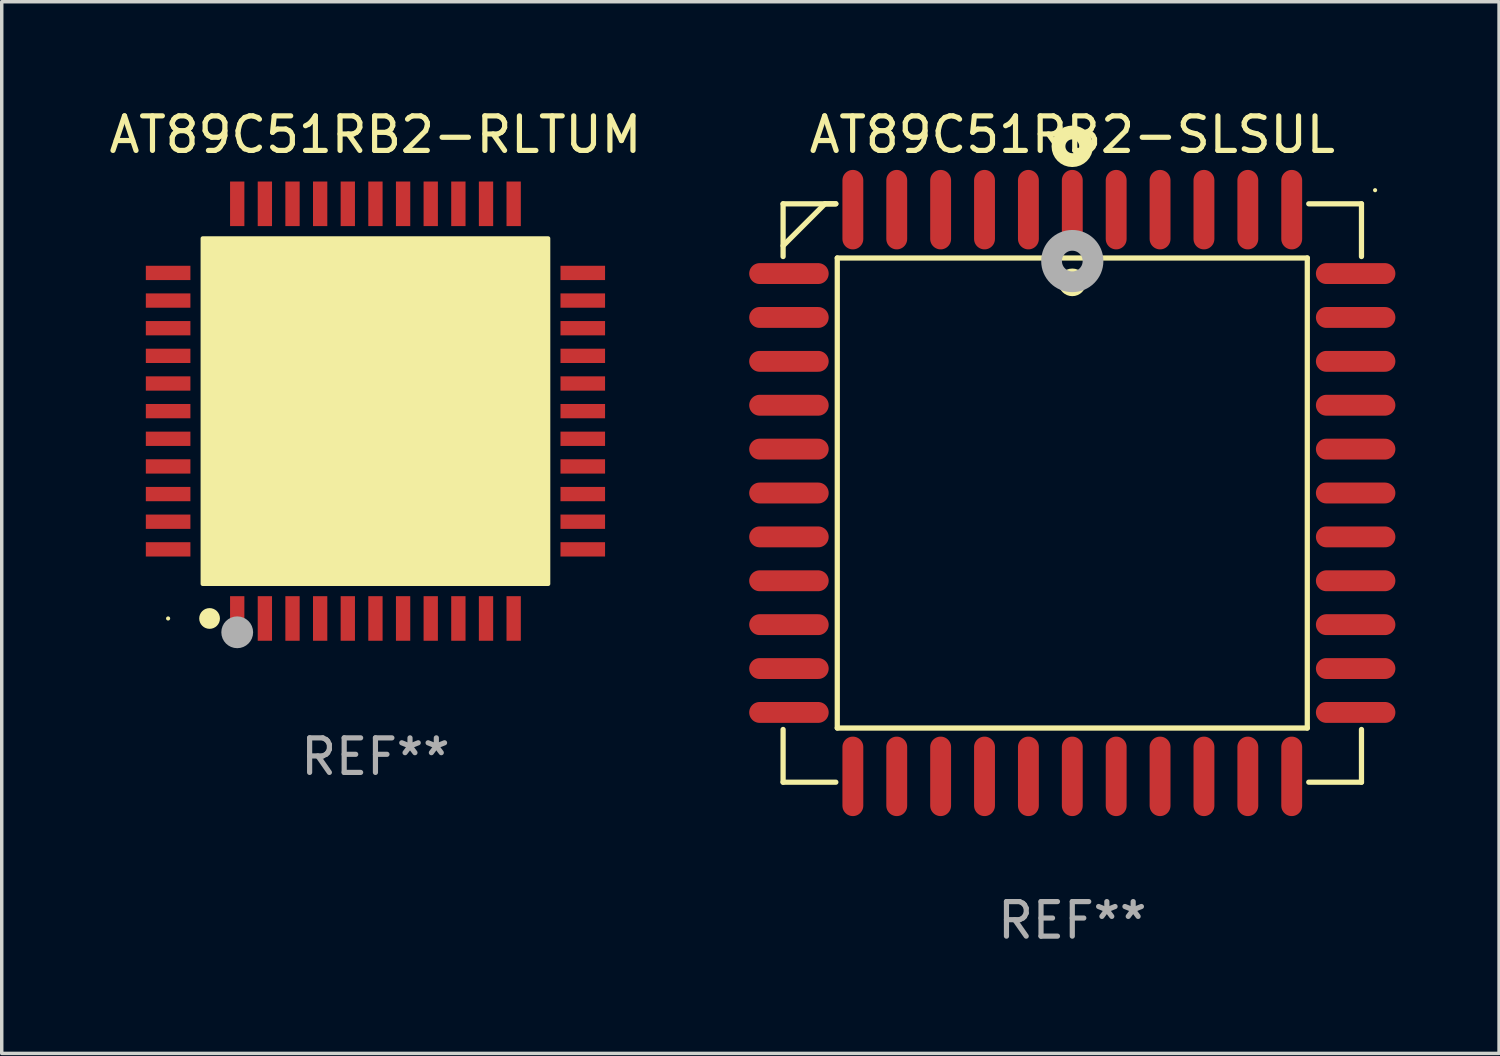
<source format=kicad_pcb>
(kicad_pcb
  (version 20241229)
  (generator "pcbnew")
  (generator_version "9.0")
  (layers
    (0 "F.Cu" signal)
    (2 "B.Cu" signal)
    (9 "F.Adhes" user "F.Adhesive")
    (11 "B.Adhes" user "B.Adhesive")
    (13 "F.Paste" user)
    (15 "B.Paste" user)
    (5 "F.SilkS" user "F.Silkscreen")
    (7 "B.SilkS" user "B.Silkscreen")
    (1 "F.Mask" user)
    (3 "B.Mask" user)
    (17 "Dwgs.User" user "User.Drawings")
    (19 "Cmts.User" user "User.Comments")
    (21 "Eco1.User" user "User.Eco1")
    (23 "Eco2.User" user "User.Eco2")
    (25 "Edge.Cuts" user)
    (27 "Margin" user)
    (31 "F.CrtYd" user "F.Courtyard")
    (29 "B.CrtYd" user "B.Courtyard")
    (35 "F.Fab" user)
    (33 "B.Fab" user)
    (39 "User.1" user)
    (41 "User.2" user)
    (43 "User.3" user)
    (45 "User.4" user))
  (footprint "AT89C51RB2-RLTUM"
    (layer "F.Cu")
    (at 7.815 8.848)
    (property "Reference" "AT89C51RB2-RLTUM" (at 0 -8 0) (layer "F.SilkS") (effects (font (size 1 1) (thickness 0.15))))
    (attr through_hole)
    (fp_circle (center -6 6) (end -5.97 6) (stroke (width 0.06) (type solid)) (fill no) (layer "F.SilkS"))
    (fp_circle (center -4.8 6) (end -4.65 6) (stroke (width 0.3) (type solid)) (fill no) (layer "F.SilkS"))
    (fp_poly (pts (xy -5 -5) (xy 5 -5) (xy 5 5) (xy -5 5)) (stroke (width 0.12) (type solid)) (fill yes) (layer "F.SilkS"))
    (fp_circle (center -4 6.4) (end -3.77 6.4) (stroke (width 0.46) (type solid)) (fill no) (layer "F.Fab"))
    (fp_text user "REF**" (at 0 10 0) (layer "F.Fab") (effects (font (size 1 1) (thickness 0.15))))
    (pad "1" smd rect (at -4 6 90) (size 1.29 0.414) (layers "F.Cu" "F.Mask" "F.Paste"))
    (pad "2" smd rect (at -3.2 6 90) (size 1.29 0.414) (layers "F.Cu" "F.Mask" "F.Paste"))
    (pad "3" smd rect (at -2.4 6 90) (size 1.29 0.414) (layers "F.Cu" "F.Mask" "F.Paste"))
    (pad "4" smd rect (at -1.6 6 90) (size 1.29 0.414) (layers "F.Cu" "F.Mask" "F.Paste"))
    (pad "5" smd rect (at -0.8 6 90) (size 1.29 0.414) (layers "F.Cu" "F.Mask" "F.Paste"))
    (pad "6" smd rect (at 0 6 90) (size 1.29 0.414) (layers "F.Cu" "F.Mask" "F.Paste"))
    (pad "7" smd rect (at 0.8 6 90) (size 1.29 0.414) (layers "F.Cu" "F.Mask" "F.Paste"))
    (pad "8" smd rect (at 1.6 6 90) (size 1.29 0.414) (layers "F.Cu" "F.Mask" "F.Paste"))
    (pad "9" smd rect (at 2.4 6 90) (size 1.29 0.414) (layers "F.Cu" "F.Mask" "F.Paste"))
    (pad "10" smd rect (at 3.2 6 90) (size 1.29 0.414) (layers "F.Cu" "F.Mask" "F.Paste"))
    (pad "11" smd rect (at 4 6 90) (size 1.29 0.414) (layers "F.Cu" "F.Mask" "F.Paste"))
    (pad "12" smd rect (at 6 4 90) (size 0.414 1.29) (layers "F.Cu" "F.Mask" "F.Paste"))
    (pad "13" smd rect (at 6 3.2 90) (size 0.414 1.29) (layers "F.Cu" "F.Mask" "F.Paste"))
    (pad "14" smd rect (at 6 2.4 90) (size 0.414 1.29) (layers "F.Cu" "F.Mask" "F.Paste"))
    (pad "15" smd rect (at 6 1.6 90) (size 0.414 1.29) (layers "F.Cu" "F.Mask" "F.Paste"))
    (pad "16" smd rect (at 6 0.8 90) (size 0.414 1.29) (layers "F.Cu" "F.Mask" "F.Paste"))
    (pad "17" smd rect (at 6 0 90) (size 0.414 1.29) (layers "F.Cu" "F.Mask" "F.Paste"))
    (pad "18" smd rect (at 6 -0.8 90) (size 0.414 1.29) (layers "F.Cu" "F.Mask" "F.Paste"))
    (pad "19" smd rect (at 6 -1.6 90) (size 0.414 1.29) (layers "F.Cu" "F.Mask" "F.Paste"))
    (pad "20" smd rect (at 6 -2.4 90) (size 0.414 1.29) (layers "F.Cu" "F.Mask" "F.Paste"))
    (pad "21" smd rect (at 6 -3.2 90) (size 0.414 1.29) (layers "F.Cu" "F.Mask" "F.Paste"))
    (pad "22" smd rect (at 6 -4 90) (size 0.414 1.29) (layers "F.Cu" "F.Mask" "F.Paste"))
    (pad "23" smd rect (at 4 -6 90) (size 1.29 0.414) (layers "F.Cu" "F.Mask" "F.Paste"))
    (pad "24" smd rect (at 3.2 -6 90) (size 1.29 0.414) (layers "F.Cu" "F.Mask" "F.Paste"))
    (pad "25" smd rect (at 2.4 -6 90) (size 1.29 0.414) (layers "F.Cu" "F.Mask" "F.Paste"))
    (pad "26" smd rect (at 1.6 -6 90) (size 1.29 0.414) (layers "F.Cu" "F.Mask" "F.Paste"))
    (pad "27" smd rect (at 0.8 -6 90) (size 1.29 0.414) (layers "F.Cu" "F.Mask" "F.Paste"))
    (pad "28" smd rect (at 0 -6 90) (size 1.29 0.414) (layers "F.Cu" "F.Mask" "F.Paste"))
    (pad "29" smd rect (at -0.8 -6 90) (size 1.29 0.414) (layers "F.Cu" "F.Mask" "F.Paste"))
    (pad "30" smd rect (at -1.6 -6 90) (size 1.29 0.414) (layers "F.Cu" "F.Mask" "F.Paste"))
    (pad "31" smd rect (at -2.4 -6 90) (size 1.29 0.414) (layers "F.Cu" "F.Mask" "F.Paste"))
    (pad "32" smd rect (at -3.2 -6 90) (size 1.29 0.414) (layers "F.Cu" "F.Mask" "F.Paste"))
    (pad "33" smd rect (at -4 -6 90) (size 1.29 0.414) (layers "F.Cu" "F.Mask" "F.Paste"))
    (pad "34" smd rect (at -6 -4 180) (size 1.29 0.414) (layers "F.Cu" "F.Mask" "F.Paste"))
    (pad "35" smd rect (at -6 -3.2 180) (size 1.29 0.414) (layers "F.Cu" "F.Mask" "F.Paste"))
    (pad "36" smd rect (at -6 -2.4 180) (size 1.29 0.414) (layers "F.Cu" "F.Mask" "F.Paste"))
    (pad "37" smd rect (at -6 -1.6 180) (size 1.29 0.414) (layers "F.Cu" "F.Mask" "F.Paste"))
    (pad "38" smd rect (at -6 -0.8 180) (size 1.29 0.414) (layers "F.Cu" "F.Mask" "F.Paste"))
    (pad "39" smd rect (at -6 0 180) (size 1.29 0.414) (layers "F.Cu" "F.Mask" "F.Paste"))
    (pad "40" smd rect (at -6 0.8 180) (size 1.29 0.414) (layers "F.Cu" "F.Mask" "F.Paste"))
    (pad "41" smd rect (at -6 1.6 180) (size 1.29 0.414) (layers "F.Cu" "F.Mask" "F.Paste"))
    (pad "42" smd rect (at -6 2.4 180) (size 1.29 0.414) (layers "F.Cu" "F.Mask" "F.Paste"))
    (pad "43" smd rect (at -6 3.2 180) (size 1.29 0.414) (layers "F.Cu" "F.Mask" "F.Paste"))
    (pad "44" smd rect (at -6 4 180) (size 1.29 0.414) (layers "F.Cu" "F.Mask" "F.Paste")))
  (footprint "AT89C51RB2-SLSUL"
    (layer "F.Cu")
    (at 27.981 11.217)
    (property "Reference" "AT89C51RB2-SLSUL" (at 0 -10.369 0) (layer "F.SilkS") (effects (font (size 1 1) (thickness 0.15))))
    (attr through_hole)
    (fp_line (start -8.369 -8.369) (end -8.369 -6.843) (stroke (width 0.152) (type solid)) (layer "F.SilkS"))
    (fp_line (start -8.369 8.369) (end -8.369 6.843) (stroke (width 0.152) (type solid)) (layer "F.SilkS"))
    (fp_line (start -7.156 -8.369) (end -8.369 -7.156) (stroke (width 0.152) (type solid)) (layer "F.SilkS"))
    (fp_line (start -6.843 -8.369) (end -8.369 -8.369) (stroke (width 0.152) (type solid)) (layer "F.SilkS"))
    (fp_line (start -6.843 -8.369) (end -7.156 -8.369) (stroke (width 0.152) (type solid)) (layer "F.SilkS"))
    (fp_line (start -6.843 8.369) (end -8.369 8.369) (stroke (width 0.152) (type solid)) (layer "F.SilkS"))
    (fp_line (start -6.801 -6.801) (end 6.801 -6.801) (stroke (width 0.152) (type solid)) (layer "F.SilkS"))
    (fp_line (start -6.801 6.801) (end -6.801 -6.801) (stroke (width 0.152) (type solid)) (layer "F.SilkS"))
    (fp_line (start 6.801 -6.801) (end 6.801 6.801) (stroke (width 0.152) (type solid)) (layer "F.SilkS"))
    (fp_line (start 6.801 6.801) (end -6.801 6.801) (stroke (width 0.152) (type solid)) (layer "F.SilkS"))
    (fp_line (start 6.843 -8.369) (end 8.369 -8.369) (stroke (width 0.152) (type solid)) (layer "F.SilkS"))
    (fp_line (start 6.843 8.369) (end 8.369 8.369) (stroke (width 0.152) (type solid)) (layer "F.SilkS"))
    (fp_line (start 8.369 -8.369) (end 8.369 -6.843) (stroke (width 0.152) (type solid)) (layer "F.SilkS"))
    (fp_line (start 8.369 8.369) (end 8.369 6.843) (stroke (width 0.152) (type solid)) (layer "F.SilkS"))
    (fp_circle (center -0.000013 -6.096) (end 0.2 -6.096) (stroke (width 0.4) (type solid)) (fill no) (layer "F.SilkS"))
    (fp_circle (center 0.000114 -10.033) (end 0.2 -10.033) (stroke (width 0.4) (type solid)) (fill no) (layer "F.SilkS"))
    (fp_circle (center 8.763 -8.763) (end 8.793 -8.763) (stroke (width 0.06) (type solid)) (fill no) (layer "F.SilkS"))
    (fp_circle (center 0.000114 -6.712) (end 0.3 -6.712) (stroke (width 0.6) (type solid)) (fill no) (layer "F.Fab"))
    (fp_text user "REF**" (at 0 12.369 0) (layer "F.Fab") (effects (font (size 1 1) (thickness 0.15))))
    (pad "1" smd oval (at 0.000114 -8.2) (size 0.604 2.3) (layers "F.Cu" "F.Mask" "F.Paste"))
    (pad "2" smd oval (at -1.27 -8.2) (size 0.604 2.3) (layers "F.Cu" "F.Mask" "F.Paste"))
    (pad "3" smd oval (at -2.54 -8.2) (size 0.604 2.3) (layers "F.Cu" "F.Mask" "F.Paste"))
    (pad "4" smd oval (at -3.81 -8.2) (size 0.604 2.3) (layers "F.Cu" "F.Mask" "F.Paste"))
    (pad "5" smd oval (at -5.08 -8.2) (size 0.604 2.3) (layers "F.Cu" "F.Mask" "F.Paste"))
    (pad "6" smd oval (at -6.35 -8.2) (size 0.604 2.3) (layers "F.Cu" "F.Mask" "F.Paste"))
    (pad "7" smd oval (at -8.2 -6.35) (size 2.3 0.604) (layers "F.Cu" "F.Mask" "F.Paste"))
    (pad "8" smd oval (at -8.2 -5.08) (size 2.3 0.604) (layers "F.Cu" "F.Mask" "F.Paste"))
    (pad "9" smd oval (at -8.2 -3.81) (size 2.3 0.604) (layers "F.Cu" "F.Mask" "F.Paste"))
    (pad "10" smd oval (at -8.2 -2.54) (size 2.3 0.604) (layers "F.Cu" "F.Mask" "F.Paste"))
    (pad "11" smd oval (at -8.2 -1.27) (size 2.3 0.604) (layers "F.Cu" "F.Mask" "F.Paste"))
    (pad "12" smd oval (at -8.2 0.000127) (size 2.3 0.604) (layers "F.Cu" "F.Mask" "F.Paste"))
    (pad "13" smd oval (at -8.2 1.27) (size 2.3 0.604) (layers "F.Cu" "F.Mask" "F.Paste"))
    (pad "14" smd oval (at -8.2 2.54) (size 2.3 0.604) (layers "F.Cu" "F.Mask" "F.Paste"))
    (pad "15" smd oval (at -8.2 3.81) (size 2.3 0.604) (layers "F.Cu" "F.Mask" "F.Paste"))
    (pad "16" smd oval (at -8.2 5.08) (size 2.3 0.604) (layers "F.Cu" "F.Mask" "F.Paste"))
    (pad "17" smd oval (at -8.2 6.35) (size 2.3 0.604) (layers "F.Cu" "F.Mask" "F.Paste"))
    (pad "18" smd oval (at -6.35 8.2) (size 0.604 2.3) (layers "F.Cu" "F.Mask" "F.Paste"))
    (pad "19" smd oval (at -5.08 8.2) (size 0.604 2.3) (layers "F.Cu" "F.Mask" "F.Paste"))
    (pad "20" smd oval (at -3.81 8.2) (size 0.604 2.3) (layers "F.Cu" "F.Mask" "F.Paste"))
    (pad "21" smd oval (at -2.54 8.2) (size 0.604 2.3) (layers "F.Cu" "F.Mask" "F.Paste"))
    (pad "22" smd oval (at -1.27 8.2) (size 0.604 2.3) (layers "F.Cu" "F.Mask" "F.Paste"))
    (pad "23" smd oval (at 0.000114 8.2) (size 0.604 2.3) (layers "F.Cu" "F.Mask" "F.Paste"))
    (pad "24" smd oval (at 1.27 8.2) (size 0.604 2.3) (layers "F.Cu" "F.Mask" "F.Paste"))
    (pad "25" smd oval (at 2.54 8.2) (size 0.604 2.3) (layers "F.Cu" "F.Mask" "F.Paste"))
    (pad "26" smd oval (at 3.81 8.2) (size 0.604 2.3) (layers "F.Cu" "F.Mask" "F.Paste"))
    (pad "27" smd oval (at 5.08 8.2) (size 0.604 2.3) (layers "F.Cu" "F.Mask" "F.Paste"))
    (pad "28" smd oval (at 6.35 8.2) (size 0.604 2.3) (layers "F.Cu" "F.Mask" "F.Paste"))
    (pad "29" smd oval (at 8.2 6.35) (size 2.3 0.604) (layers "F.Cu" "F.Mask" "F.Paste"))
    (pad "30" smd oval (at 8.2 5.08) (size 2.3 0.604) (layers "F.Cu" "F.Mask" "F.Paste"))
    (pad "31" smd oval (at 8.2 3.81) (size 2.3 0.604) (layers "F.Cu" "F.Mask" "F.Paste"))
    (pad "32" smd oval (at 8.2 2.54) (size 2.3 0.604) (layers "F.Cu" "F.Mask" "F.Paste"))
    (pad "33" smd oval (at 8.2 1.27) (size 2.3 0.604) (layers "F.Cu" "F.Mask" "F.Paste"))
    (pad "34" smd oval (at 8.2 0.000127) (size 2.3 0.604) (layers "F.Cu" "F.Mask" "F.Paste"))
    (pad "35" smd oval (at 8.2 -1.27) (size 2.3 0.604) (layers "F.Cu" "F.Mask" "F.Paste"))
    (pad "36" smd oval (at 8.2 -2.54) (size 2.3 0.604) (layers "F.Cu" "F.Mask" "F.Paste"))
    (pad "37" smd oval (at 8.2 -3.81) (size 2.3 0.604) (layers "F.Cu" "F.Mask" "F.Paste"))
    (pad "38" smd oval (at 8.2 -5.08) (size 2.3 0.604) (layers "F.Cu" "F.Mask" "F.Paste"))
    (pad "39" smd oval (at 8.2 -6.35) (size 2.3 0.604) (layers "F.Cu" "F.Mask" "F.Paste"))
    (pad "40" smd oval (at 6.35 -8.2) (size 0.604 2.3) (layers "F.Cu" "F.Mask" "F.Paste"))
    (pad "41" smd oval (at 5.08 -8.2) (size 0.604 2.3) (layers "F.Cu" "F.Mask" "F.Paste"))
    (pad "42" smd oval (at 3.81 -8.2) (size 0.604 2.3) (layers "F.Cu" "F.Mask" "F.Paste"))
    (pad "43" smd oval (at 2.54 -8.2) (size 0.604 2.3) (layers "F.Cu" "F.Mask" "F.Paste"))
    (pad "44" smd oval (at 1.27 -8.2) (size 0.604 2.3) (layers "F.Cu" "F.Mask" "F.Paste")))
  (gr_rect
    (start -3 -3)
    (end 40.331 27.435)
    (stroke (width 0.1) (type default))
    (fill no)
    (layer "Edge.Cuts")))
</source>
